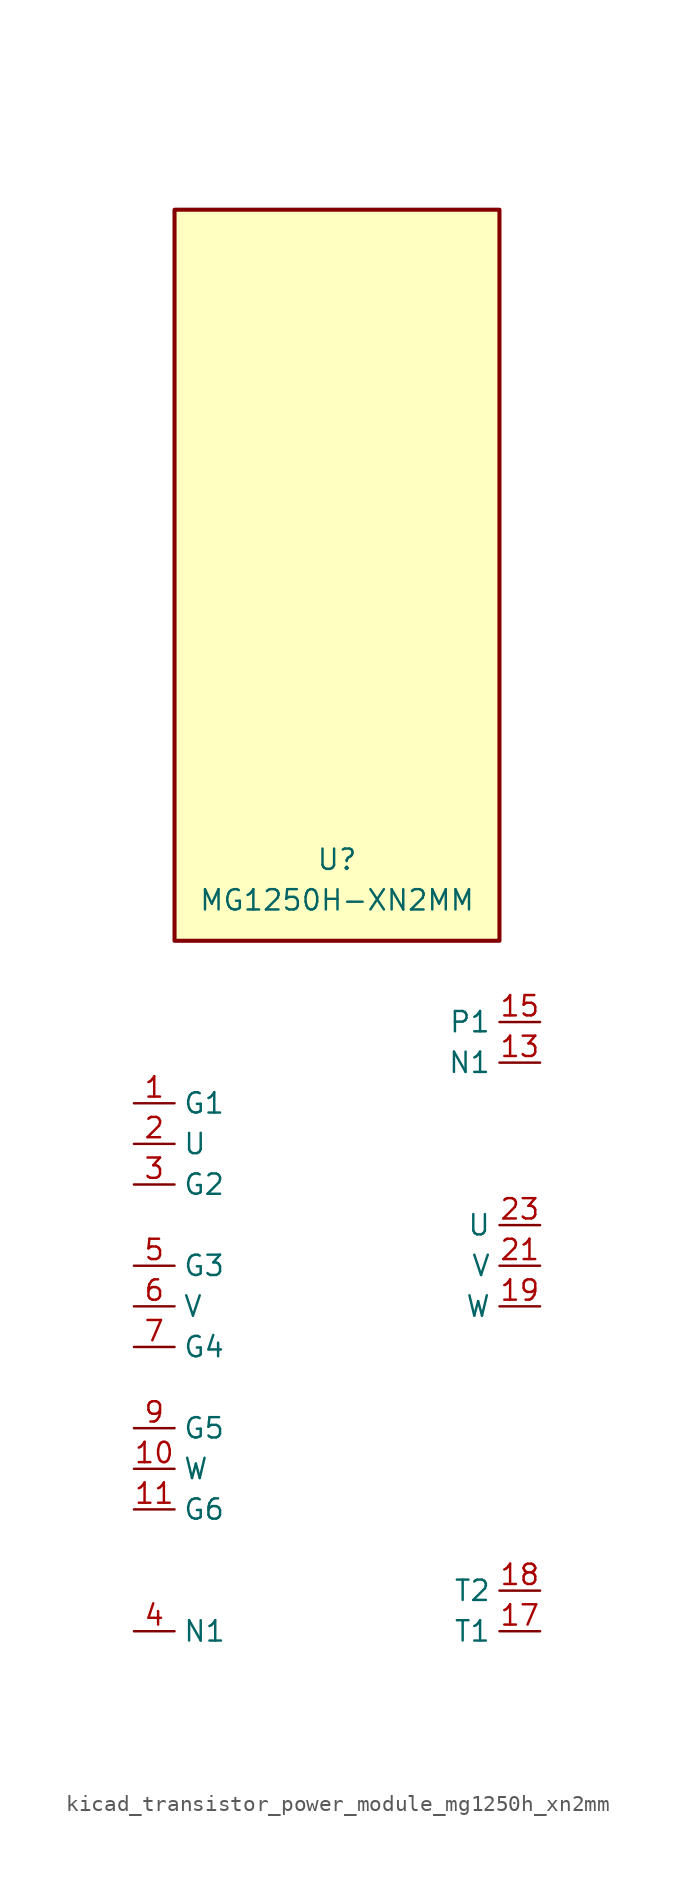
<source format=kicad_sym>
(kicad_symbol_lib
  (version 20220914)
  (generator kicad_symbol_editor)
  (symbol "kicad_transistor_power_module_mg1250h_xn2mm"
    (property "Reference" "U"
      (at 0 25.4 0)
      (effects (font (size 1.27 1.27))))
    (property "Value" "MG1250H-XN2MM"
      (at 0 22.86 0)
      (effects (font (size 1.27 1.27))))
    (symbol "kicad_transistor_power_module_mg1250h_xn2mm_0_0"
      (pin passive line (at 12.7 12.7 180) (length 2.54) (name "N1" (effects (font (size 1.27 1.27)))) (number "13" (effects (font (size 1.27 1.27)))))
      (pin passive line (at 12.7 12.7 180) (length 2.54) hide (name "N1" (effects (font (size 1.27 1.27)))) (number "14" (effects (font (size 1.27 1.27)))))
      (pin passive line (at 12.7 15.24 180) (length 2.54) (name "P1" (effects (font (size 1.27 1.27)))) (number "15" (effects (font (size 1.27 1.27)))))
      (pin passive line (at 12.7 15.24 180) (length 2.54) hide (name "P1" (effects (font (size 1.27 1.27)))) (number "16" (effects (font (size 1.27 1.27)))))
      (pin passive line (at 12.7 -22.86 180) (length 2.54) (name "T1" (effects (font (size 1.27 1.27)))) (number "17" (effects (font (size 1.27 1.27)))))
      (pin passive line (at 12.7 -20.32 180) (length 2.54) (name "T2" (effects (font (size 1.27 1.27)))) (number "18" (effects (font (size 1.27 1.27)))))
      (pin passive line (at 12.7 -2.54 180) (length 2.54) (name "W" (effects (font (size 1.27 1.27)))) (number "19" (effects (font (size 1.27 1.27)))))
      (pin passive line (at 12.7 -2.54 180) (length 2.54) hide (name "W" (effects (font (size 1.27 1.27)))) (number "20" (effects (font (size 1.27 1.27)))))
      (pin passive line (at 12.7 0 180) (length 2.54) (name "V" (effects (font (size 1.27 1.27)))) (number "21" (effects (font (size 1.27 1.27)))))
      (pin passive line (at 12.7 0 180) (length 2.54) hide (name "V" (effects (font (size 1.27 1.27)))) (number "22" (effects (font (size 1.27 1.27)))))
      (pin passive line (at 12.7 2.54 180) (length 2.54) (name "U" (effects (font (size 1.27 1.27)))) (number "23" (effects (font (size 1.27 1.27)))))
      (pin passive line (at 12.7 2.54 180) (length 2.54) hide (name "U" (effects (font (size 1.27 1.27)))) (number "24" (effects (font (size 1.27 1.27)))))
      (pin passive line (at 12.7 15.24 180) (length 2.54) hide (name "P1" (effects (font (size 1.27 1.27)))) (number "25" (effects (font (size 1.27 1.27)))))
      (pin passive line (at 12.7 15.24 180) (length 2.54) hide (name "P1" (effects (font (size 1.27 1.27)))) (number "26" (effects (font (size 1.27 1.27)))))
      (pin passive line (at 12.7 12.7 180) (length 2.54) hide (name "N1" (effects (font (size 1.27 1.27)))) (number "27" (effects (font (size 1.27 1.27)))))
      (pin passive line (at 12.7 12.7 180) (length 2.54) hide (name "N1" (effects (font (size 1.27 1.27)))) (number "28" (effects (font (size 1.27 1.27))))))
    (symbol "kicad_transistor_power_module_mg1250h_xn2mm_1_1"
      (rectangle (start 10.16 66.04) (end -10.16 20.32) (stroke (width 0.254) (type default)) (fill (type background)))
      (pin passive line (at -12.7 10.16 0) (length 2.54) (name "G1" (effects (font (size 1.27 1.27)))) (number "1" (effects (font (size 1.27 1.27)))))
      (pin passive line (at -12.7 -12.7 0) (length 2.54) (name "W" (effects (font (size 1.27 1.27)))) (number "10" (effects (font (size 1.27 1.27)))))
      (pin passive line (at -12.7 -15.24 0) (length 2.54) (name "G6" (effects (font (size 1.27 1.27)))) (number "11" (effects (font (size 1.27 1.27)))))
      (pin passive line (at -12.7 -22.86 0) (length 2.54) hide (name "N1" (effects (font (size 1.27 1.27)))) (number "12" (effects (font (size 1.27 1.27)))))
      (pin passive line (at -12.7 7.62 0) (length 2.54) (name "U" (effects (font (size 1.27 1.27)))) (number "2" (effects (font (size 1.27 1.27)))))
      (pin passive line (at -12.7 5.08 0) (length 2.54) (name "G2" (effects (font (size 1.27 1.27)))) (number "3" (effects (font (size 1.27 1.27)))))
      (pin passive line (at -12.7 -22.86 0) (length 2.54) (name "N1" (effects (font (size 1.27 1.27)))) (number "4" (effects (font (size 1.27 1.27)))))
      (pin passive line (at -12.7 0 0) (length 2.54) (name "G3" (effects (font (size 1.27 1.27)))) (number "5" (effects (font (size 1.27 1.27)))))
      (pin passive line (at -12.7 -2.54 0) (length 2.54) (name "V" (effects (font (size 1.27 1.27)))) (number "6" (effects (font (size 1.27 1.27)))))
      (pin passive line (at -12.7 -5.08 0) (length 2.54) (name "G4" (effects (font (size 1.27 1.27)))) (number "7" (effects (font (size 1.27 1.27)))))
      (pin passive line (at -12.7 -22.86 0) (length 2.54) hide (name "N1" (effects (font (size 1.27 1.27)))) (number "8" (effects (font (size 1.27 1.27)))))
      (pin passive line (at -12.7 -10.16 0) (length 2.54) (name "G5" (effects (font (size 1.27 1.27)))) (number "9" (effects (font (size 1.27 1.27))))))))
</source>
